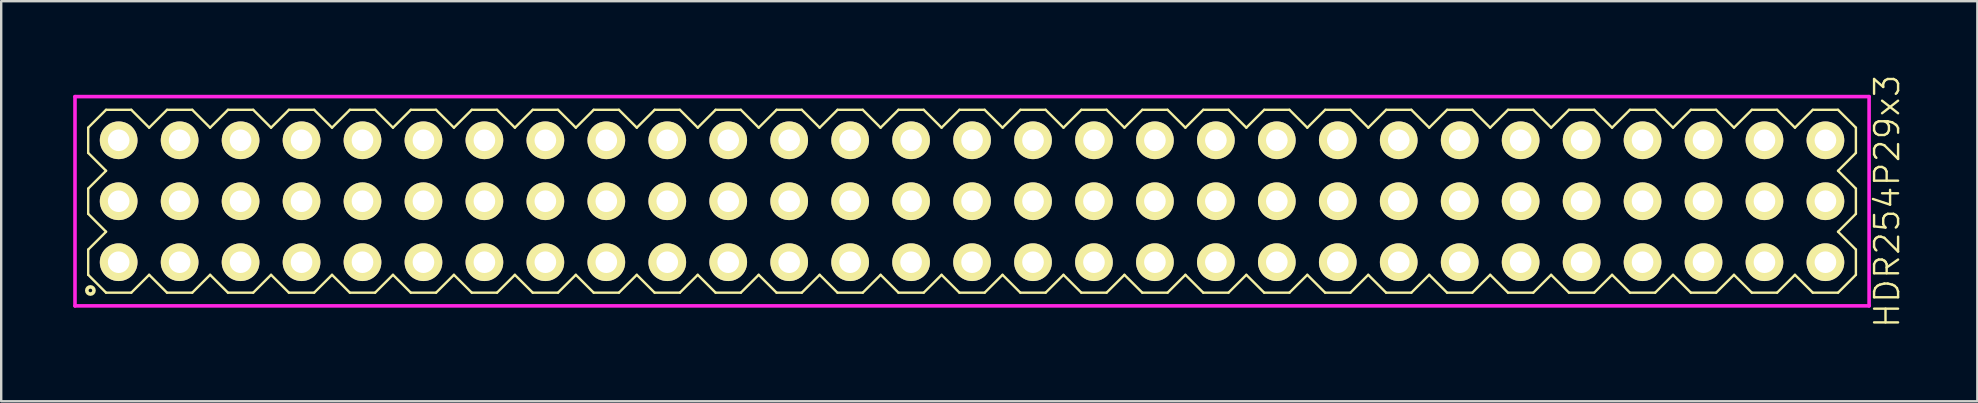
<source format=kicad_pcb>
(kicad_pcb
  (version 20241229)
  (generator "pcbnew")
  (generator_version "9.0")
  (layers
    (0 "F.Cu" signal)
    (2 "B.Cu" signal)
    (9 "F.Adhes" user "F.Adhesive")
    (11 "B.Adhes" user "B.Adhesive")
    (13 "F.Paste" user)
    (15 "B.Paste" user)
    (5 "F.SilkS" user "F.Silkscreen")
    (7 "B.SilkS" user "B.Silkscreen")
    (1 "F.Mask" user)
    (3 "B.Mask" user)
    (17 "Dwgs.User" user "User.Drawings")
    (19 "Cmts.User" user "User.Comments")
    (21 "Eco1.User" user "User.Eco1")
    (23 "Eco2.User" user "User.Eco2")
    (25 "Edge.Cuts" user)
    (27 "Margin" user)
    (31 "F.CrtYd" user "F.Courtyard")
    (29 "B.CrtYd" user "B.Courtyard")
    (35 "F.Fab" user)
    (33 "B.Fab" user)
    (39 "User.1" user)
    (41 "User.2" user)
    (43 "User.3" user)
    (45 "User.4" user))
  (footprint "HDR254P29x3"
    (layer "F.Cu")
    (at 37.455 5.336)
    (property "Reference" "HDR254P29x3" (at 38.13 0 90) (layer "F.SilkS") (effects (font (size 1 1) (thickness 0.1))))
    (attr through_hole)
    (fp_line (start -36.83 -3.066) (end -36.086 -3.81) (stroke (width 0.1) (type solid)) (layer "F.SilkS"))
    (fp_line (start -36.83 -2.014) (end -36.83 -3.066) (stroke (width 0.1) (type solid)) (layer "F.SilkS"))
    (fp_line (start -36.83 -0.526) (end -36.086 -1.27) (stroke (width 0.1) (type solid)) (layer "F.SilkS"))
    (fp_line (start -36.83 0.526) (end -36.83 -0.526) (stroke (width 0.1) (type solid)) (layer "F.SilkS"))
    (fp_line (start -36.83 2.014) (end -36.086 1.27) (stroke (width 0.1) (type solid)) (layer "F.SilkS"))
    (fp_line (start -36.83 3.066) (end -36.83 2.014) (stroke (width 0.1) (type solid)) (layer "F.SilkS"))
    (fp_line (start -36.086 -3.81) (end -35.034 -3.81) (stroke (width 0.1) (type solid)) (layer "F.SilkS"))
    (fp_line (start -36.086 -1.27) (end -36.83 -2.014) (stroke (width 0.1) (type solid)) (layer "F.SilkS"))
    (fp_line (start -36.086 1.27) (end -36.83 0.526) (stroke (width 0.1) (type solid)) (layer "F.SilkS"))
    (fp_line (start -36.086 3.81) (end -36.83 3.066) (stroke (width 0.1) (type solid)) (layer "F.SilkS"))
    (fp_line (start -35.034 -3.81) (end -34.29 -3.066) (stroke (width 0.1) (type solid)) (layer "F.SilkS"))
    (fp_line (start -35.034 3.81) (end -36.086 3.81) (stroke (width 0.1) (type solid)) (layer "F.SilkS"))
    (fp_line (start -34.29 -3.066) (end -33.546 -3.81) (stroke (width 0.1) (type solid)) (layer "F.SilkS"))
    (fp_line (start -34.29 3.066) (end -35.034 3.81) (stroke (width 0.1) (type solid)) (layer "F.SilkS"))
    (fp_line (start -33.546 -3.81) (end -32.494 -3.81) (stroke (width 0.1) (type solid)) (layer "F.SilkS"))
    (fp_line (start -33.546 3.81) (end -34.29 3.066) (stroke (width 0.1) (type solid)) (layer "F.SilkS"))
    (fp_line (start -32.494 -3.81) (end -31.75 -3.066) (stroke (width 0.1) (type solid)) (layer "F.SilkS"))
    (fp_line (start -32.494 3.81) (end -33.546 3.81) (stroke (width 0.1) (type solid)) (layer "F.SilkS"))
    (fp_line (start -31.75 -3.066) (end -31.006 -3.81) (stroke (width 0.1) (type solid)) (layer "F.SilkS"))
    (fp_line (start -31.75 3.066) (end -32.494 3.81) (stroke (width 0.1) (type solid)) (layer "F.SilkS"))
    (fp_line (start -31.006 -3.81) (end -29.954 -3.81) (stroke (width 0.1) (type solid)) (layer "F.SilkS"))
    (fp_line (start -31.006 3.81) (end -31.75 3.066) (stroke (width 0.1) (type solid)) (layer "F.SilkS"))
    (fp_line (start -29.954 -3.81) (end -29.21 -3.066) (stroke (width 0.1) (type solid)) (layer "F.SilkS"))
    (fp_line (start -29.954 3.81) (end -31.006 3.81) (stroke (width 0.1) (type solid)) (layer "F.SilkS"))
    (fp_line (start -29.21 -3.066) (end -28.466 -3.81) (stroke (width 0.1) (type solid)) (layer "F.SilkS"))
    (fp_line (start -29.21 3.066) (end -29.954 3.81) (stroke (width 0.1) (type solid)) (layer "F.SilkS"))
    (fp_line (start -28.466 -3.81) (end -27.414 -3.81) (stroke (width 0.1) (type solid)) (layer "F.SilkS"))
    (fp_line (start -28.466 3.81) (end -29.21 3.066) (stroke (width 0.1) (type solid)) (layer "F.SilkS"))
    (fp_line (start -27.414 -3.81) (end -26.67 -3.066) (stroke (width 0.1) (type solid)) (layer "F.SilkS"))
    (fp_line (start -27.414 3.81) (end -28.466 3.81) (stroke (width 0.1) (type solid)) (layer "F.SilkS"))
    (fp_line (start -26.67 -3.066) (end -25.926 -3.81) (stroke (width 0.1) (type solid)) (layer "F.SilkS"))
    (fp_line (start -26.67 3.066) (end -27.414 3.81) (stroke (width 0.1) (type solid)) (layer "F.SilkS"))
    (fp_line (start -25.926 -3.81) (end -24.874 -3.81) (stroke (width 0.1) (type solid)) (layer "F.SilkS"))
    (fp_line (start -25.926 3.81) (end -26.67 3.066) (stroke (width 0.1) (type solid)) (layer "F.SilkS"))
    (fp_line (start -24.874 -3.81) (end -24.13 -3.066) (stroke (width 0.1) (type solid)) (layer "F.SilkS"))
    (fp_line (start -24.874 3.81) (end -25.926 3.81) (stroke (width 0.1) (type solid)) (layer "F.SilkS"))
    (fp_line (start -24.13 -3.066) (end -23.386 -3.81) (stroke (width 0.1) (type solid)) (layer "F.SilkS"))
    (fp_line (start -24.13 3.066) (end -24.874 3.81) (stroke (width 0.1) (type solid)) (layer "F.SilkS"))
    (fp_line (start -23.386 -3.81) (end -22.334 -3.81) (stroke (width 0.1) (type solid)) (layer "F.SilkS"))
    (fp_line (start -23.386 3.81) (end -24.13 3.066) (stroke (width 0.1) (type solid)) (layer "F.SilkS"))
    (fp_line (start -22.334 -3.81) (end -21.59 -3.066) (stroke (width 0.1) (type solid)) (layer "F.SilkS"))
    (fp_line (start -22.334 3.81) (end -23.386 3.81) (stroke (width 0.1) (type solid)) (layer "F.SilkS"))
    (fp_line (start -21.59 -3.066) (end -20.846 -3.81) (stroke (width 0.1) (type solid)) (layer "F.SilkS"))
    (fp_line (start -21.59 3.066) (end -22.334 3.81) (stroke (width 0.1) (type solid)) (layer "F.SilkS"))
    (fp_line (start -20.846 -3.81) (end -19.794 -3.81) (stroke (width 0.1) (type solid)) (layer "F.SilkS"))
    (fp_line (start -20.846 3.81) (end -21.59 3.066) (stroke (width 0.1) (type solid)) (layer "F.SilkS"))
    (fp_line (start -19.794 -3.81) (end -19.05 -3.066) (stroke (width 0.1) (type solid)) (layer "F.SilkS"))
    (fp_line (start -19.794 3.81) (end -20.846 3.81) (stroke (width 0.1) (type solid)) (layer "F.SilkS"))
    (fp_line (start -19.05 -3.066) (end -18.306 -3.81) (stroke (width 0.1) (type solid)) (layer "F.SilkS"))
    (fp_line (start -19.05 3.066) (end -19.794 3.81) (stroke (width 0.1) (type solid)) (layer "F.SilkS"))
    (fp_line (start -18.306 -3.81) (end -17.254 -3.81) (stroke (width 0.1) (type solid)) (layer "F.SilkS"))
    (fp_line (start -18.306 3.81) (end -19.05 3.066) (stroke (width 0.1) (type solid)) (layer "F.SilkS"))
    (fp_line (start -17.254 -3.81) (end -16.51 -3.066) (stroke (width 0.1) (type solid)) (layer "F.SilkS"))
    (fp_line (start -17.254 3.81) (end -18.306 3.81) (stroke (width 0.1) (type solid)) (layer "F.SilkS"))
    (fp_line (start -16.51 -3.066) (end -15.766 -3.81) (stroke (width 0.1) (type solid)) (layer "F.SilkS"))
    (fp_line (start -16.51 3.066) (end -17.254 3.81) (stroke (width 0.1) (type solid)) (layer "F.SilkS"))
    (fp_line (start -15.766 -3.81) (end -14.714 -3.81) (stroke (width 0.1) (type solid)) (layer "F.SilkS"))
    (fp_line (start -15.766 3.81) (end -16.51 3.066) (stroke (width 0.1) (type solid)) (layer "F.SilkS"))
    (fp_line (start -14.714 -3.81) (end -13.97 -3.066) (stroke (width 0.1) (type solid)) (layer "F.SilkS"))
    (fp_line (start -14.714 3.81) (end -15.766 3.81) (stroke (width 0.1) (type solid)) (layer "F.SilkS"))
    (fp_line (start -13.97 -3.066) (end -13.226 -3.81) (stroke (width 0.1) (type solid)) (layer "F.SilkS"))
    (fp_line (start -13.97 3.066) (end -14.714 3.81) (stroke (width 0.1) (type solid)) (layer "F.SilkS"))
    (fp_line (start -13.226 -3.81) (end -12.174 -3.81) (stroke (width 0.1) (type solid)) (layer "F.SilkS"))
    (fp_line (start -13.226 3.81) (end -13.97 3.066) (stroke (width 0.1) (type solid)) (layer "F.SilkS"))
    (fp_line (start -12.174 -3.81) (end -11.43 -3.066) (stroke (width 0.1) (type solid)) (layer "F.SilkS"))
    (fp_line (start -12.174 3.81) (end -13.226 3.81) (stroke (width 0.1) (type solid)) (layer "F.SilkS"))
    (fp_line (start -11.43 -3.066) (end -10.686 -3.81) (stroke (width 0.1) (type solid)) (layer "F.SilkS"))
    (fp_line (start -11.43 3.066) (end -12.174 3.81) (stroke (width 0.1) (type solid)) (layer "F.SilkS"))
    (fp_line (start -10.686 -3.81) (end -9.634 -3.81) (stroke (width 0.1) (type solid)) (layer "F.SilkS"))
    (fp_line (start -10.686 3.81) (end -11.43 3.066) (stroke (width 0.1) (type solid)) (layer "F.SilkS"))
    (fp_line (start -9.634 -3.81) (end -8.89 -3.066) (stroke (width 0.1) (type solid)) (layer "F.SilkS"))
    (fp_line (start -9.634 3.81) (end -10.686 3.81) (stroke (width 0.1) (type solid)) (layer "F.SilkS"))
    (fp_line (start -8.89 -3.066) (end -8.146 -3.81) (stroke (width 0.1) (type solid)) (layer "F.SilkS"))
    (fp_line (start -8.89 3.066) (end -9.634 3.81) (stroke (width 0.1) (type solid)) (layer "F.SilkS"))
    (fp_line (start -8.146 -3.81) (end -7.094 -3.81) (stroke (width 0.1) (type solid)) (layer "F.SilkS"))
    (fp_line (start -8.146 3.81) (end -8.89 3.066) (stroke (width 0.1) (type solid)) (layer "F.SilkS"))
    (fp_line (start -7.094 -3.81) (end -6.35 -3.066) (stroke (width 0.1) (type solid)) (layer "F.SilkS"))
    (fp_line (start -7.094 3.81) (end -8.146 3.81) (stroke (width 0.1) (type solid)) (layer "F.SilkS"))
    (fp_line (start -6.35 -3.066) (end -5.606 -3.81) (stroke (width 0.1) (type solid)) (layer "F.SilkS"))
    (fp_line (start -6.35 3.066) (end -7.094 3.81) (stroke (width 0.1) (type solid)) (layer "F.SilkS"))
    (fp_line (start -5.606 -3.81) (end -4.554 -3.81) (stroke (width 0.1) (type solid)) (layer "F.SilkS"))
    (fp_line (start -5.606 3.81) (end -6.35 3.066) (stroke (width 0.1) (type solid)) (layer "F.SilkS"))
    (fp_line (start -4.554 -3.81) (end -3.81 -3.066) (stroke (width 0.1) (type solid)) (layer "F.SilkS"))
    (fp_line (start -4.554 3.81) (end -5.606 3.81) (stroke (width 0.1) (type solid)) (layer "F.SilkS"))
    (fp_line (start -3.81 -3.066) (end -3.066 -3.81) (stroke (width 0.1) (type solid)) (layer "F.SilkS"))
    (fp_line (start -3.81 3.066) (end -4.554 3.81) (stroke (width 0.1) (type solid)) (layer "F.SilkS"))
    (fp_line (start -3.066 -3.81) (end -2.014 -3.81) (stroke (width 0.1) (type solid)) (layer "F.SilkS"))
    (fp_line (start -3.066 3.81) (end -3.81 3.066) (stroke (width 0.1) (type solid)) (layer "F.SilkS"))
    (fp_line (start -2.014 -3.81) (end -1.27 -3.066) (stroke (width 0.1) (type solid)) (layer "F.SilkS"))
    (fp_line (start -2.014 3.81) (end -3.066 3.81) (stroke (width 0.1) (type solid)) (layer "F.SilkS"))
    (fp_line (start -1.27 -3.066) (end -0.526 -3.81) (stroke (width 0.1) (type solid)) (layer "F.SilkS"))
    (fp_line (start -1.27 3.066) (end -2.014 3.81) (stroke (width 0.1) (type solid)) (layer "F.SilkS"))
    (fp_line (start -0.526 -3.81) (end 0.526 -3.81) (stroke (width 0.1) (type solid)) (layer "F.SilkS"))
    (fp_line (start -0.526 3.81) (end -1.27 3.066) (stroke (width 0.1) (type solid)) (layer "F.SilkS"))
    (fp_line (start 0.526 -3.81) (end 1.27 -3.066) (stroke (width 0.1) (type solid)) (layer "F.SilkS"))
    (fp_line (start 0.526 3.81) (end -0.526 3.81) (stroke (width 0.1) (type solid)) (layer "F.SilkS"))
    (fp_line (start 1.27 -3.066) (end 2.014 -3.81) (stroke (width 0.1) (type solid)) (layer "F.SilkS"))
    (fp_line (start 1.27 3.066) (end 0.526 3.81) (stroke (width 0.1) (type solid)) (layer "F.SilkS"))
    (fp_line (start 2.014 -3.81) (end 3.066 -3.81) (stroke (width 0.1) (type solid)) (layer "F.SilkS"))
    (fp_line (start 2.014 3.81) (end 1.27 3.066) (stroke (width 0.1) (type solid)) (layer "F.SilkS"))
    (fp_line (start 3.066 -3.81) (end 3.81 -3.066) (stroke (width 0.1) (type solid)) (layer "F.SilkS"))
    (fp_line (start 3.066 3.81) (end 2.014 3.81) (stroke (width 0.1) (type solid)) (layer "F.SilkS"))
    (fp_line (start 3.81 -3.066) (end 4.554 -3.81) (stroke (width 0.1) (type solid)) (layer "F.SilkS"))
    (fp_line (start 3.81 3.066) (end 3.066 3.81) (stroke (width 0.1) (type solid)) (layer "F.SilkS"))
    (fp_line (start 4.554 -3.81) (end 5.606 -3.81) (stroke (width 0.1) (type solid)) (layer "F.SilkS"))
    (fp_line (start 4.554 3.81) (end 3.81 3.066) (stroke (width 0.1) (type solid)) (layer "F.SilkS"))
    (fp_line (start 5.606 -3.81) (end 6.35 -3.066) (stroke (width 0.1) (type solid)) (layer "F.SilkS"))
    (fp_line (start 5.606 3.81) (end 4.554 3.81) (stroke (width 0.1) (type solid)) (layer "F.SilkS"))
    (fp_line (start 6.35 -3.066) (end 7.094 -3.81) (stroke (width 0.1) (type solid)) (layer "F.SilkS"))
    (fp_line (start 6.35 3.066) (end 5.606 3.81) (stroke (width 0.1) (type solid)) (layer "F.SilkS"))
    (fp_line (start 7.094 -3.81) (end 8.146 -3.81) (stroke (width 0.1) (type solid)) (layer "F.SilkS"))
    (fp_line (start 7.094 3.81) (end 6.35 3.066) (stroke (width 0.1) (type solid)) (layer "F.SilkS"))
    (fp_line (start 8.146 -3.81) (end 8.89 -3.066) (stroke (width 0.1) (type solid)) (layer "F.SilkS"))
    (fp_line (start 8.146 3.81) (end 7.094 3.81) (stroke (width 0.1) (type solid)) (layer "F.SilkS"))
    (fp_line (start 8.89 -3.066) (end 9.634 -3.81) (stroke (width 0.1) (type solid)) (layer "F.SilkS"))
    (fp_line (start 8.89 3.066) (end 8.146 3.81) (stroke (width 0.1) (type solid)) (layer "F.SilkS"))
    (fp_line (start 9.634 -3.81) (end 10.686 -3.81) (stroke (width 0.1) (type solid)) (layer "F.SilkS"))
    (fp_line (start 9.634 3.81) (end 8.89 3.066) (stroke (width 0.1) (type solid)) (layer "F.SilkS"))
    (fp_line (start 10.686 -3.81) (end 11.43 -3.066) (stroke (width 0.1) (type solid)) (layer "F.SilkS"))
    (fp_line (start 10.686 3.81) (end 9.634 3.81) (stroke (width 0.1) (type solid)) (layer "F.SilkS"))
    (fp_line (start 11.43 -3.066) (end 12.174 -3.81) (stroke (width 0.1) (type solid)) (layer "F.SilkS"))
    (fp_line (start 11.43 3.066) (end 10.686 3.81) (stroke (width 0.1) (type solid)) (layer "F.SilkS"))
    (fp_line (start 12.174 -3.81) (end 13.226 -3.81) (stroke (width 0.1) (type solid)) (layer "F.SilkS"))
    (fp_line (start 12.174 3.81) (end 11.43 3.066) (stroke (width 0.1) (type solid)) (layer "F.SilkS"))
    (fp_line (start 13.226 -3.81) (end 13.97 -3.066) (stroke (width 0.1) (type solid)) (layer "F.SilkS"))
    (fp_line (start 13.226 3.81) (end 12.174 3.81) (stroke (width 0.1) (type solid)) (layer "F.SilkS"))
    (fp_line (start 13.97 -3.066) (end 14.714 -3.81) (stroke (width 0.1) (type solid)) (layer "F.SilkS"))
    (fp_line (start 13.97 3.066) (end 13.226 3.81) (stroke (width 0.1) (type solid)) (layer "F.SilkS"))
    (fp_line (start 14.714 -3.81) (end 15.766 -3.81) (stroke (width 0.1) (type solid)) (layer "F.SilkS"))
    (fp_line (start 14.714 3.81) (end 13.97 3.066) (stroke (width 0.1) (type solid)) (layer "F.SilkS"))
    (fp_line (start 15.766 -3.81) (end 16.51 -3.066) (stroke (width 0.1) (type solid)) (layer "F.SilkS"))
    (fp_line (start 15.766 3.81) (end 14.714 3.81) (stroke (width 0.1) (type solid)) (layer "F.SilkS"))
    (fp_line (start 16.51 -3.066) (end 17.254 -3.81) (stroke (width 0.1) (type solid)) (layer "F.SilkS"))
    (fp_line (start 16.51 3.066) (end 15.766 3.81) (stroke (width 0.1) (type solid)) (layer "F.SilkS"))
    (fp_line (start 17.254 -3.81) (end 18.306 -3.81) (stroke (width 0.1) (type solid)) (layer "F.SilkS"))
    (fp_line (start 17.254 3.81) (end 16.51 3.066) (stroke (width 0.1) (type solid)) (layer "F.SilkS"))
    (fp_line (start 18.306 -3.81) (end 19.05 -3.066) (stroke (width 0.1) (type solid)) (layer "F.SilkS"))
    (fp_line (start 18.306 3.81) (end 17.254 3.81) (stroke (width 0.1) (type solid)) (layer "F.SilkS"))
    (fp_line (start 19.05 -3.066) (end 19.794 -3.81) (stroke (width 0.1) (type solid)) (layer "F.SilkS"))
    (fp_line (start 19.05 3.066) (end 18.306 3.81) (stroke (width 0.1) (type solid)) (layer "F.SilkS"))
    (fp_line (start 19.794 -3.81) (end 20.846 -3.81) (stroke (width 0.1) (type solid)) (layer "F.SilkS"))
    (fp_line (start 19.794 3.81) (end 19.05 3.066) (stroke (width 0.1) (type solid)) (layer "F.SilkS"))
    (fp_line (start 20.846 -3.81) (end 21.59 -3.066) (stroke (width 0.1) (type solid)) (layer "F.SilkS"))
    (fp_line (start 20.846 3.81) (end 19.794 3.81) (stroke (width 0.1) (type solid)) (layer "F.SilkS"))
    (fp_line (start 21.59 -3.066) (end 22.334 -3.81) (stroke (width 0.1) (type solid)) (layer "F.SilkS"))
    (fp_line (start 21.59 3.066) (end 20.846 3.81) (stroke (width 0.1) (type solid)) (layer "F.SilkS"))
    (fp_line (start 22.334 -3.81) (end 23.386 -3.81) (stroke (width 0.1) (type solid)) (layer "F.SilkS"))
    (fp_line (start 22.334 3.81) (end 21.59 3.066) (stroke (width 0.1) (type solid)) (layer "F.SilkS"))
    (fp_line (start 23.386 -3.81) (end 24.13 -3.066) (stroke (width 0.1) (type solid)) (layer "F.SilkS"))
    (fp_line (start 23.386 3.81) (end 22.334 3.81) (stroke (width 0.1) (type solid)) (layer "F.SilkS"))
    (fp_line (start 24.13 -3.066) (end 24.874 -3.81) (stroke (width 0.1) (type solid)) (layer "F.SilkS"))
    (fp_line (start 24.13 3.066) (end 23.386 3.81) (stroke (width 0.1) (type solid)) (layer "F.SilkS"))
    (fp_line (start 24.874 -3.81) (end 25.926 -3.81) (stroke (width 0.1) (type solid)) (layer "F.SilkS"))
    (fp_line (start 24.874 3.81) (end 24.13 3.066) (stroke (width 0.1) (type solid)) (layer "F.SilkS"))
    (fp_line (start 25.926 -3.81) (end 26.67 -3.066) (stroke (width 0.1) (type solid)) (layer "F.SilkS"))
    (fp_line (start 25.926 3.81) (end 24.874 3.81) (stroke (width 0.1) (type solid)) (layer "F.SilkS"))
    (fp_line (start 26.67 -3.066) (end 27.414 -3.81) (stroke (width 0.1) (type solid)) (layer "F.SilkS"))
    (fp_line (start 26.67 3.066) (end 25.926 3.81) (stroke (width 0.1) (type solid)) (layer "F.SilkS"))
    (fp_line (start 27.414 -3.81) (end 28.466 -3.81) (stroke (width 0.1) (type solid)) (layer "F.SilkS"))
    (fp_line (start 27.414 3.81) (end 26.67 3.066) (stroke (width 0.1) (type solid)) (layer "F.SilkS"))
    (fp_line (start 28.466 -3.81) (end 29.21 -3.066) (stroke (width 0.1) (type solid)) (layer "F.SilkS"))
    (fp_line (start 28.466 3.81) (end 27.414 3.81) (stroke (width 0.1) (type solid)) (layer "F.SilkS"))
    (fp_line (start 29.21 -3.066) (end 29.954 -3.81) (stroke (width 0.1) (type solid)) (layer "F.SilkS"))
    (fp_line (start 29.21 3.066) (end 28.466 3.81) (stroke (width 0.1) (type solid)) (layer "F.SilkS"))
    (fp_line (start 29.954 -3.81) (end 31.006 -3.81) (stroke (width 0.1) (type solid)) (layer "F.SilkS"))
    (fp_line (start 29.954 3.81) (end 29.21 3.066) (stroke (width 0.1) (type solid)) (layer "F.SilkS"))
    (fp_line (start 31.006 -3.81) (end 31.75 -3.066) (stroke (width 0.1) (type solid)) (layer "F.SilkS"))
    (fp_line (start 31.006 3.81) (end 29.954 3.81) (stroke (width 0.1) (type solid)) (layer "F.SilkS"))
    (fp_line (start 31.75 -3.066) (end 32.494 -3.81) (stroke (width 0.1) (type solid)) (layer "F.SilkS"))
    (fp_line (start 31.75 3.066) (end 31.006 3.81) (stroke (width 0.1) (type solid)) (layer "F.SilkS"))
    (fp_line (start 32.494 -3.81) (end 33.546 -3.81) (stroke (width 0.1) (type solid)) (layer "F.SilkS"))
    (fp_line (start 32.494 3.81) (end 31.75 3.066) (stroke (width 0.1) (type solid)) (layer "F.SilkS"))
    (fp_line (start 33.546 -3.81) (end 34.29 -3.066) (stroke (width 0.1) (type solid)) (layer "F.SilkS"))
    (fp_line (start 33.546 3.81) (end 32.494 3.81) (stroke (width 0.1) (type solid)) (layer "F.SilkS"))
    (fp_line (start 34.29 -3.066) (end 35.034 -3.81) (stroke (width 0.1) (type solid)) (layer "F.SilkS"))
    (fp_line (start 34.29 3.066) (end 33.546 3.81) (stroke (width 0.1) (type solid)) (layer "F.SilkS"))
    (fp_line (start 35.034 -3.81) (end 36.086 -3.81) (stroke (width 0.1) (type solid)) (layer "F.SilkS"))
    (fp_line (start 35.034 3.81) (end 34.29 3.066) (stroke (width 0.1) (type solid)) (layer "F.SilkS"))
    (fp_line (start 36.086 -3.81) (end 36.83 -3.066) (stroke (width 0.1) (type solid)) (layer "F.SilkS"))
    (fp_line (start 36.086 -1.27) (end 36.83 -0.526) (stroke (width 0.1) (type solid)) (layer "F.SilkS"))
    (fp_line (start 36.086 1.27) (end 36.83 2.014) (stroke (width 0.1) (type solid)) (layer "F.SilkS"))
    (fp_line (start 36.086 3.81) (end 35.034 3.81) (stroke (width 0.1) (type solid)) (layer "F.SilkS"))
    (fp_line (start 36.83 -3.066) (end 36.83 -2.014) (stroke (width 0.1) (type solid)) (layer "F.SilkS"))
    (fp_line (start 36.83 -2.014) (end 36.086 -1.27) (stroke (width 0.1) (type solid)) (layer "F.SilkS"))
    (fp_line (start 36.83 -0.526) (end 36.83 0.526) (stroke (width 0.1) (type solid)) (layer "F.SilkS"))
    (fp_line (start 36.83 0.526) (end 36.086 1.27) (stroke (width 0.1) (type solid)) (layer "F.SilkS"))
    (fp_line (start 36.83 2.014) (end 36.83 3.066) (stroke (width 0.1) (type solid)) (layer "F.SilkS"))
    (fp_line (start 36.83 3.066) (end 36.086 3.81) (stroke (width 0.1) (type solid)) (layer "F.SilkS"))
    (fp_circle (center -36.738 3.718) (end -36.588 3.718) (stroke (width 0.15) (type solid)) (fill no) (layer "F.SilkS"))
    (fp_line (start -37.38 -4.36) (end -37.38 4.36) (stroke (width 0.15) (type solid)) (layer "F.CrtYd"))
    (fp_line (start -37.38 4.36) (end 37.38 4.36) (stroke (width 0.15) (type solid)) (layer "F.CrtYd"))
    (fp_line (start 37.38 -4.36) (end -37.38 -4.36) (stroke (width 0.15) (type solid)) (layer "F.CrtYd"))
    (fp_line (start 37.38 4.36) (end 37.38 -4.36) (stroke (width 0.15) (type solid)) (layer "F.CrtYd"))
    (pad "1" thru_hole oval (at -35.56 2.54) (size 1.57 1.57) (drill 0.9) (layers "*.Cu" "*.Mask" "F.SilkS"))
    (pad "2" thru_hole oval (at -35.56 0) (size 1.57 1.57) (drill 0.9) (layers "*.Cu" "*.Mask" "F.SilkS"))
    (pad "3" thru_hole oval (at -35.56 -2.54) (size 1.57 1.57) (drill 0.9) (layers "*.Cu" "*.Mask" "F.SilkS"))
    (pad "4" thru_hole oval (at -33.02 2.54) (size 1.57 1.57) (drill 0.9) (layers "*.Cu" "*.Mask" "F.SilkS"))
    (pad "5" thru_hole oval (at -33.02 0) (size 1.57 1.57) (drill 0.9) (layers "*.Cu" "*.Mask" "F.SilkS"))
    (pad "6" thru_hole oval (at -33.02 -2.54) (size 1.57 1.57) (drill 0.9) (layers "*.Cu" "*.Mask" "F.SilkS"))
    (pad "7" thru_hole oval (at -30.48 2.54) (size 1.57 1.57) (drill 0.9) (layers "*.Cu" "*.Mask" "F.SilkS"))
    (pad "8" thru_hole oval (at -30.48 0) (size 1.57 1.57) (drill 0.9) (layers "*.Cu" "*.Mask" "F.SilkS"))
    (pad "9" thru_hole oval (at -30.48 -2.54) (size 1.57 1.57) (drill 0.9) (layers "*.Cu" "*.Mask" "F.SilkS"))
    (pad "10" thru_hole oval (at -27.94 2.54) (size 1.57 1.57) (drill 0.9) (layers "*.Cu" "*.Mask" "F.SilkS"))
    (pad "11" thru_hole oval (at -27.94 0) (size 1.57 1.57) (drill 0.9) (layers "*.Cu" "*.Mask" "F.SilkS"))
    (pad "12" thru_hole oval (at -27.94 -2.54) (size 1.57 1.57) (drill 0.9) (layers "*.Cu" "*.Mask" "F.SilkS"))
    (pad "13" thru_hole oval (at -25.4 2.54) (size 1.57 1.57) (drill 0.9) (layers "*.Cu" "*.Mask" "F.SilkS"))
    (pad "14" thru_hole oval (at -25.4 0) (size 1.57 1.57) (drill 0.9) (layers "*.Cu" "*.Mask" "F.SilkS"))
    (pad "15" thru_hole oval (at -25.4 -2.54) (size 1.57 1.57) (drill 0.9) (layers "*.Cu" "*.Mask" "F.SilkS"))
    (pad "16" thru_hole oval (at -22.86 2.54) (size 1.57 1.57) (drill 0.9) (layers "*.Cu" "*.Mask" "F.SilkS"))
    (pad "17" thru_hole oval (at -22.86 0) (size 1.57 1.57) (drill 0.9) (layers "*.Cu" "*.Mask" "F.SilkS"))
    (pad "18" thru_hole oval (at -22.86 -2.54) (size 1.57 1.57) (drill 0.9) (layers "*.Cu" "*.Mask" "F.SilkS"))
    (pad "19" thru_hole oval (at -20.32 2.54) (size 1.57 1.57) (drill 0.9) (layers "*.Cu" "*.Mask" "F.SilkS"))
    (pad "20" thru_hole oval (at -20.32 0) (size 1.57 1.57) (drill 0.9) (layers "*.Cu" "*.Mask" "F.SilkS"))
    (pad "21" thru_hole oval (at -20.32 -2.54) (size 1.57 1.57) (drill 0.9) (layers "*.Cu" "*.Mask" "F.SilkS"))
    (pad "22" thru_hole oval (at -17.78 2.54) (size 1.57 1.57) (drill 0.9) (layers "*.Cu" "*.Mask" "F.SilkS"))
    (pad "23" thru_hole oval (at -17.78 0) (size 1.57 1.57) (drill 0.9) (layers "*.Cu" "*.Mask" "F.SilkS"))
    (pad "24" thru_hole oval (at -17.78 -2.54) (size 1.57 1.57) (drill 0.9) (layers "*.Cu" "*.Mask" "F.SilkS"))
    (pad "25" thru_hole oval (at -15.24 2.54) (size 1.57 1.57) (drill 0.9) (layers "*.Cu" "*.Mask" "F.SilkS"))
    (pad "26" thru_hole oval (at -15.24 0) (size 1.57 1.57) (drill 0.9) (layers "*.Cu" "*.Mask" "F.SilkS"))
    (pad "27" thru_hole oval (at -15.24 -2.54) (size 1.57 1.57) (drill 0.9) (layers "*.Cu" "*.Mask" "F.SilkS"))
    (pad "28" thru_hole oval (at -12.7 2.54) (size 1.57 1.57) (drill 0.9) (layers "*.Cu" "*.Mask" "F.SilkS"))
    (pad "29" thru_hole oval (at -12.7 0) (size 1.57 1.57) (drill 0.9) (layers "*.Cu" "*.Mask" "F.SilkS"))
    (pad "30" thru_hole oval (at -12.7 -2.54) (size 1.57 1.57) (drill 0.9) (layers "*.Cu" "*.Mask" "F.SilkS"))
    (pad "31" thru_hole oval (at -10.16 2.54) (size 1.57 1.57) (drill 0.9) (layers "*.Cu" "*.Mask" "F.SilkS"))
    (pad "32" thru_hole oval (at -10.16 0) (size 1.57 1.57) (drill 0.9) (layers "*.Cu" "*.Mask" "F.SilkS"))
    (pad "33" thru_hole oval (at -10.16 -2.54) (size 1.57 1.57) (drill 0.9) (layers "*.Cu" "*.Mask" "F.SilkS"))
    (pad "34" thru_hole oval (at -7.62 2.54) (size 1.57 1.57) (drill 0.9) (layers "*.Cu" "*.Mask" "F.SilkS"))
    (pad "35" thru_hole oval (at -7.62 0) (size 1.57 1.57) (drill 0.9) (layers "*.Cu" "*.Mask" "F.SilkS"))
    (pad "36" thru_hole oval (at -7.62 -2.54) (size 1.57 1.57) (drill 0.9) (layers "*.Cu" "*.Mask" "F.SilkS"))
    (pad "37" thru_hole oval (at -5.08 2.54) (size 1.57 1.57) (drill 0.9) (layers "*.Cu" "*.Mask" "F.SilkS"))
    (pad "38" thru_hole oval (at -5.08 0) (size 1.57 1.57) (drill 0.9) (layers "*.Cu" "*.Mask" "F.SilkS"))
    (pad "39" thru_hole oval (at -5.08 -2.54) (size 1.57 1.57) (drill 0.9) (layers "*.Cu" "*.Mask" "F.SilkS"))
    (pad "40" thru_hole oval (at -2.54 2.54) (size 1.57 1.57) (drill 0.9) (layers "*.Cu" "*.Mask" "F.SilkS"))
    (pad "41" thru_hole oval (at -2.54 0) (size 1.57 1.57) (drill 0.9) (layers "*.Cu" "*.Mask" "F.SilkS"))
    (pad "42" thru_hole oval (at -2.54 -2.54) (size 1.57 1.57) (drill 0.9) (layers "*.Cu" "*.Mask" "F.SilkS"))
    (pad "43" thru_hole oval (at 0 2.54) (size 1.57 1.57) (drill 0.9) (layers "*.Cu" "*.Mask" "F.SilkS"))
    (pad "44" thru_hole oval (at 0 0) (size 1.57 1.57) (drill 0.9) (layers "*.Cu" "*.Mask" "F.SilkS"))
    (pad "45" thru_hole oval (at 0 -2.54) (size 1.57 1.57) (drill 0.9) (layers "*.Cu" "*.Mask" "F.SilkS"))
    (pad "46" thru_hole oval (at 2.54 2.54) (size 1.57 1.57) (drill 0.9) (layers "*.Cu" "*.Mask" "F.SilkS"))
    (pad "47" thru_hole oval (at 2.54 0) (size 1.57 1.57) (drill 0.9) (layers "*.Cu" "*.Mask" "F.SilkS"))
    (pad "48" thru_hole oval (at 2.54 -2.54) (size 1.57 1.57) (drill 0.9) (layers "*.Cu" "*.Mask" "F.SilkS"))
    (pad "49" thru_hole oval (at 5.08 2.54) (size 1.57 1.57) (drill 0.9) (layers "*.Cu" "*.Mask" "F.SilkS"))
    (pad "50" thru_hole oval (at 5.08 0) (size 1.57 1.57) (drill 0.9) (layers "*.Cu" "*.Mask" "F.SilkS"))
    (pad "51" thru_hole oval (at 5.08 -2.54) (size 1.57 1.57) (drill 0.9) (layers "*.Cu" "*.Mask" "F.SilkS"))
    (pad "52" thru_hole oval (at 7.62 2.54) (size 1.57 1.57) (drill 0.9) (layers "*.Cu" "*.Mask" "F.SilkS"))
    (pad "53" thru_hole oval (at 7.62 0) (size 1.57 1.57) (drill 0.9) (layers "*.Cu" "*.Mask" "F.SilkS"))
    (pad "54" thru_hole oval (at 7.62 -2.54) (size 1.57 1.57) (drill 0.9) (layers "*.Cu" "*.Mask" "F.SilkS"))
    (pad "55" thru_hole oval (at 10.16 2.54) (size 1.57 1.57) (drill 0.9) (layers "*.Cu" "*.Mask" "F.SilkS"))
    (pad "56" thru_hole oval (at 10.16 0) (size 1.57 1.57) (drill 0.9) (layers "*.Cu" "*.Mask" "F.SilkS"))
    (pad "57" thru_hole oval (at 10.16 -2.54) (size 1.57 1.57) (drill 0.9) (layers "*.Cu" "*.Mask" "F.SilkS"))
    (pad "58" thru_hole oval (at 12.7 2.54) (size 1.57 1.57) (drill 0.9) (layers "*.Cu" "*.Mask" "F.SilkS"))
    (pad "59" thru_hole oval (at 12.7 0) (size 1.57 1.57) (drill 0.9) (layers "*.Cu" "*.Mask" "F.SilkS"))
    (pad "60" thru_hole oval (at 12.7 -2.54) (size 1.57 1.57) (drill 0.9) (layers "*.Cu" "*.Mask" "F.SilkS"))
    (pad "61" thru_hole oval (at 15.24 2.54) (size 1.57 1.57) (drill 0.9) (layers "*.Cu" "*.Mask" "F.SilkS"))
    (pad "62" thru_hole oval (at 15.24 0) (size 1.57 1.57) (drill 0.9) (layers "*.Cu" "*.Mask" "F.SilkS"))
    (pad "63" thru_hole oval (at 15.24 -2.54) (size 1.57 1.57) (drill 0.9) (layers "*.Cu" "*.Mask" "F.SilkS"))
    (pad "64" thru_hole oval (at 17.78 2.54) (size 1.57 1.57) (drill 0.9) (layers "*.Cu" "*.Mask" "F.SilkS"))
    (pad "65" thru_hole oval (at 17.78 0) (size 1.57 1.57) (drill 0.9) (layers "*.Cu" "*.Mask" "F.SilkS"))
    (pad "66" thru_hole oval (at 17.78 -2.54) (size 1.57 1.57) (drill 0.9) (layers "*.Cu" "*.Mask" "F.SilkS"))
    (pad "67" thru_hole oval (at 20.32 2.54) (size 1.57 1.57) (drill 0.9) (layers "*.Cu" "*.Mask" "F.SilkS"))
    (pad "68" thru_hole oval (at 20.32 0) (size 1.57 1.57) (drill 0.9) (layers "*.Cu" "*.Mask" "F.SilkS"))
    (pad "69" thru_hole oval (at 20.32 -2.54) (size 1.57 1.57) (drill 0.9) (layers "*.Cu" "*.Mask" "F.SilkS"))
    (pad "70" thru_hole oval (at 22.86 2.54) (size 1.57 1.57) (drill 0.9) (layers "*.Cu" "*.Mask" "F.SilkS"))
    (pad "71" thru_hole oval (at 22.86 0) (size 1.57 1.57) (drill 0.9) (layers "*.Cu" "*.Mask" "F.SilkS"))
    (pad "72" thru_hole oval (at 22.86 -2.54) (size 1.57 1.57) (drill 0.9) (layers "*.Cu" "*.Mask" "F.SilkS"))
    (pad "73" thru_hole oval (at 25.4 2.54) (size 1.57 1.57) (drill 0.9) (layers "*.Cu" "*.Mask" "F.SilkS"))
    (pad "74" thru_hole oval (at 25.4 0) (size 1.57 1.57) (drill 0.9) (layers "*.Cu" "*.Mask" "F.SilkS"))
    (pad "75" thru_hole oval (at 25.4 -2.54) (size 1.57 1.57) (drill 0.9) (layers "*.Cu" "*.Mask" "F.SilkS"))
    (pad "76" thru_hole oval (at 27.94 2.54) (size 1.57 1.57) (drill 0.9) (layers "*.Cu" "*.Mask" "F.SilkS"))
    (pad "77" thru_hole oval (at 27.94 0) (size 1.57 1.57) (drill 0.9) (layers "*.Cu" "*.Mask" "F.SilkS"))
    (pad "78" thru_hole oval (at 27.94 -2.54) (size 1.57 1.57) (drill 0.9) (layers "*.Cu" "*.Mask" "F.SilkS"))
    (pad "79" thru_hole oval (at 30.48 2.54) (size 1.57 1.57) (drill 0.9) (layers "*.Cu" "*.Mask" "F.SilkS"))
    (pad "80" thru_hole oval (at 30.48 0) (size 1.57 1.57) (drill 0.9) (layers "*.Cu" "*.Mask" "F.SilkS"))
    (pad "81" thru_hole oval (at 30.48 -2.54) (size 1.57 1.57) (drill 0.9) (layers "*.Cu" "*.Mask" "F.SilkS"))
    (pad "82" thru_hole oval (at 33.02 2.54) (size 1.57 1.57) (drill 0.9) (layers "*.Cu" "*.Mask" "F.SilkS"))
    (pad "83" thru_hole oval (at 33.02 0) (size 1.57 1.57) (drill 0.9) (layers "*.Cu" "*.Mask" "F.SilkS"))
    (pad "84" thru_hole oval (at 33.02 -2.54) (size 1.57 1.57) (drill 0.9) (layers "*.Cu" "*.Mask" "F.SilkS"))
    (pad "85" thru_hole oval (at 35.56 2.54) (size 1.57 1.57) (drill 0.9) (layers "*.Cu" "*.Mask" "F.SilkS"))
    (pad "86" thru_hole oval (at 35.56 0) (size 1.57 1.57) (drill 0.9) (layers "*.Cu" "*.Mask" "F.SilkS"))
    (pad "87" thru_hole oval (at 35.56 -2.54) (size 1.57 1.57) (drill 0.9) (layers "*.Cu" "*.Mask" "F.SilkS")))
  (gr_rect
    (start -3 -3)
    (end 79.346 13.671)
    (stroke (width 0.1) (type default))
    (fill no)
    (layer "Edge.Cuts")))
</source>
